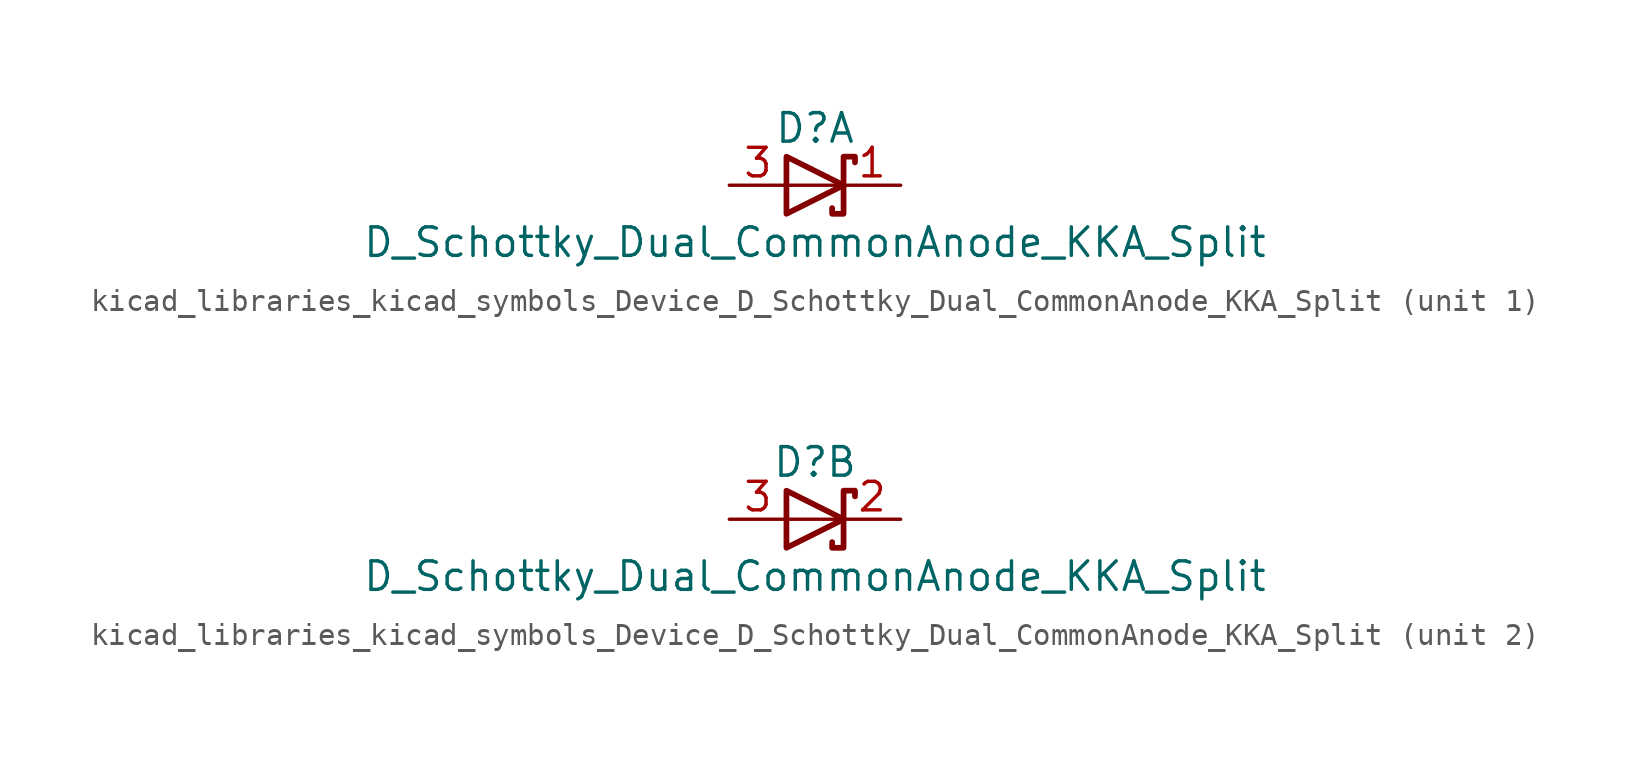
<source format=kicad_sym>
(kicad_symbol_lib
  (version 20220914)
  (generator kicad_symbol_editor)
  (symbol "kicad_libraries_kicad_symbols_Device_D_Schottky_Dual_CommonAnode_KKA_Split"
    (pin_names
      (offset 0.762) hide)
    (property "Reference" "D"
      (at 0 2.54 0)
      (effects (font (size 1.27 1.27))))
    (property "Value" "D_Schottky_Dual_CommonAnode_KKA_Split"
      (at 0 -2.54 0)
      (effects (font (size 1.27 1.27))))
    (property "ki_locked" ""
      (at 0 0 0)
      (effects (font (size 1.27 1.27))))
    (symbol "kicad_libraries_kicad_symbols_Device_D_Schottky_Dual_CommonAnode_KKA_Split_0_1"
      (polyline (pts (xy 1.27 0) (xy -1.27 0)) (stroke (width 0) (type default)) (fill (type none)))
      (polyline (pts (xy -1.27 1.27) (xy 1.27 0) (xy -1.27 -1.27) (xy -1.27 1.27) (xy -1.27 1.27) (xy -1.27 1.27)) (stroke (width 0.254) (type default)) (fill (type none)))
      (polyline (pts (xy 1.778 1.016) (xy 1.778 1.27) (xy 1.27 1.27) (xy 1.27 -1.27) (xy 0.762 -1.27) (xy 0.762 -1.016)) (stroke (width 0.254) (type default)) (fill (type none)))
      (pin passive line (at -3.81 0 0) (length 2.54) (name "A" (effects (font (size 1.27 1.27)))) (number "3" (effects (font (size 1.27 1.27))))))
    (symbol "kicad_libraries_kicad_symbols_Device_D_Schottky_Dual_CommonAnode_KKA_Split_1_1"
      (pin passive line (at 3.81 0 180) (length 2.54) (name "K" (effects (font (size 1.27 1.27)))) (number "1" (effects (font (size 1.27 1.27))))))
    (symbol "kicad_libraries_kicad_symbols_Device_D_Schottky_Dual_CommonAnode_KKA_Split_2_1"
      (pin passive line (at 3.81 0 180) (length 2.54) (name "K" (effects (font (size 1.27 1.27)))) (number "2" (effects (font (size 1.27 1.27))))))))
</source>
